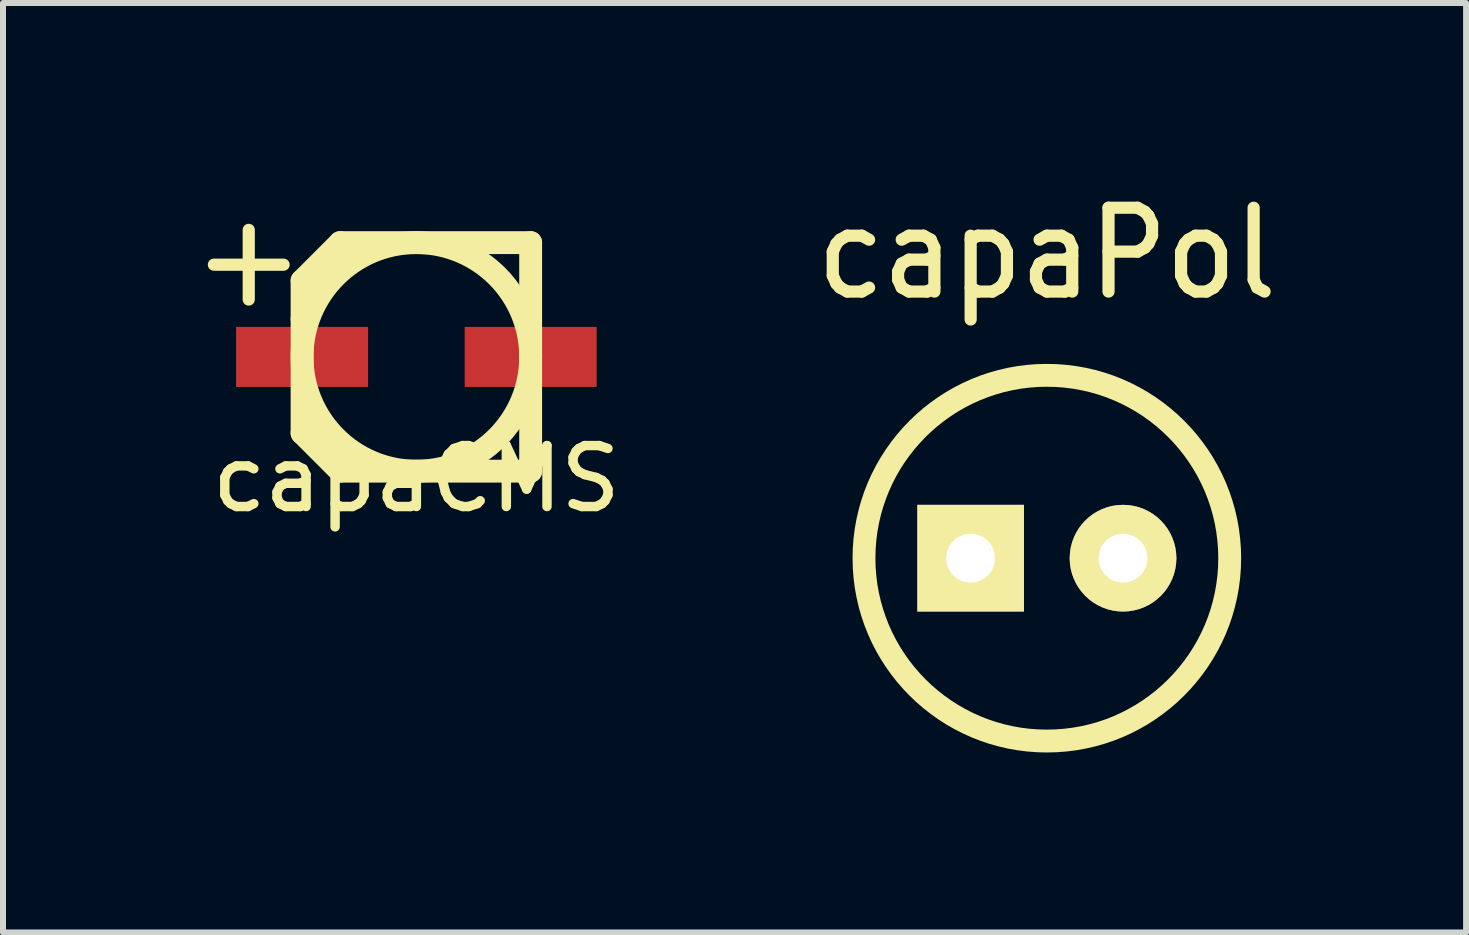
<source format=kicad_pcb>
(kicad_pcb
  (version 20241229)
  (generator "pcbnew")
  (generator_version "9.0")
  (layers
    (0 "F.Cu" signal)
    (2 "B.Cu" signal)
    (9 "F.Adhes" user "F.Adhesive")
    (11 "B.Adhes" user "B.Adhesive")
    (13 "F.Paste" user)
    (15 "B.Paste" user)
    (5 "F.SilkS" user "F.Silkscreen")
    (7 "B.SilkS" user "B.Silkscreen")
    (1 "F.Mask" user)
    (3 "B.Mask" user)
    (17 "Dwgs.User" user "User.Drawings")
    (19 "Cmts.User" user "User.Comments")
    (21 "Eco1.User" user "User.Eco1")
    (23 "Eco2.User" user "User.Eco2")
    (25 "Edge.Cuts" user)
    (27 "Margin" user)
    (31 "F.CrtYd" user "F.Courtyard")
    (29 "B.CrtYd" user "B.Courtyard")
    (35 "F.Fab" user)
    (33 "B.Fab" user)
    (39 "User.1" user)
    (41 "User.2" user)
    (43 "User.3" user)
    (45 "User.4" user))
  (footprint "capaCMS"
    (layer "F.Cu")
    (at 3.89 2.899)
    (property "Reference" "capaCMS" (at 0 2.032 0) (layer "F.SilkS") (effects (font (size 1.016 1.016) (thickness 0.157))))
    (attr smd)
    (fp_line (start -1.905 -1.27) (end -1.27 -1.905) (stroke (width 0.381) (type solid)) (layer "F.SilkS"))
    (fp_line (start -1.905 -0.635) (end -1.905 -1.27) (stroke (width 0.381) (type solid)) (layer "F.SilkS"))
    (fp_line (start -1.905 1.27) (end -1.905 -0.635) (stroke (width 0.381) (type solid)) (layer "F.SilkS"))
    (fp_line (start -1.27 -1.905) (end 1.905 -1.905) (stroke (width 0.381) (type solid)) (layer "F.SilkS"))
    (fp_line (start -1.27 1.905) (end -1.905 1.27) (stroke (width 0.381) (type solid)) (layer "F.SilkS"))
    (fp_line (start 1.905 -1.905) (end 1.905 1.905) (stroke (width 0.381) (type solid)) (layer "F.SilkS"))
    (fp_line (start 1.905 1.905) (end -1.27 1.905) (stroke (width 0.381) (type solid)) (layer "F.SilkS"))
    (fp_circle (center 0 0) (end -1.905 0) (stroke (width 0.381) (type solid)) (fill no) (layer "F.SilkS"))
    (fp_text user "+" (at -2.794 -1.651 0) (layer "F.SilkS") (effects (font (size 1.524 1.524) (thickness 0.203))))
    (pad "1" smd rect (at -1.905 0) (size 2.2 1.001) (layers "F.Cu" "F.Mask" "F.Paste"))
    (pad "2" smd rect (at 1.905 0) (size 2.2 1.001) (layers "F.Cu" "F.Mask" "F.Paste")))
  (footprint "capaPol"
    (layer "F.Cu")
    (at 14.399 6.254)
    (property "Reference" "capaPol" (at 0 -5.08 0) (layer "F.SilkS") (effects (font (size 1.397 1.27) (thickness 0.203))))
    (attr through_hole)
    (fp_circle (center 0 0) (end -3.048 0) (stroke (width 0.381) (type solid)) (fill no) (layer "F.SilkS"))
    (pad "1" thru_hole rect (at -1.27 0) (size 1.778 1.778) (drill 0.813) (layers "*.Cu" "*.Mask" "F.SilkS"))
    (pad "2" thru_hole circle (at 1.27 0) (size 1.778 1.778) (drill 0.813) (layers "*.Cu" "*.Mask" "F.SilkS")))
  (gr_rect
    (start -3 -3)
    (end 21.387 12.492)
    (stroke (width 0.1) (type default))
    (fill no)
    (layer "Edge.Cuts")))
</source>
